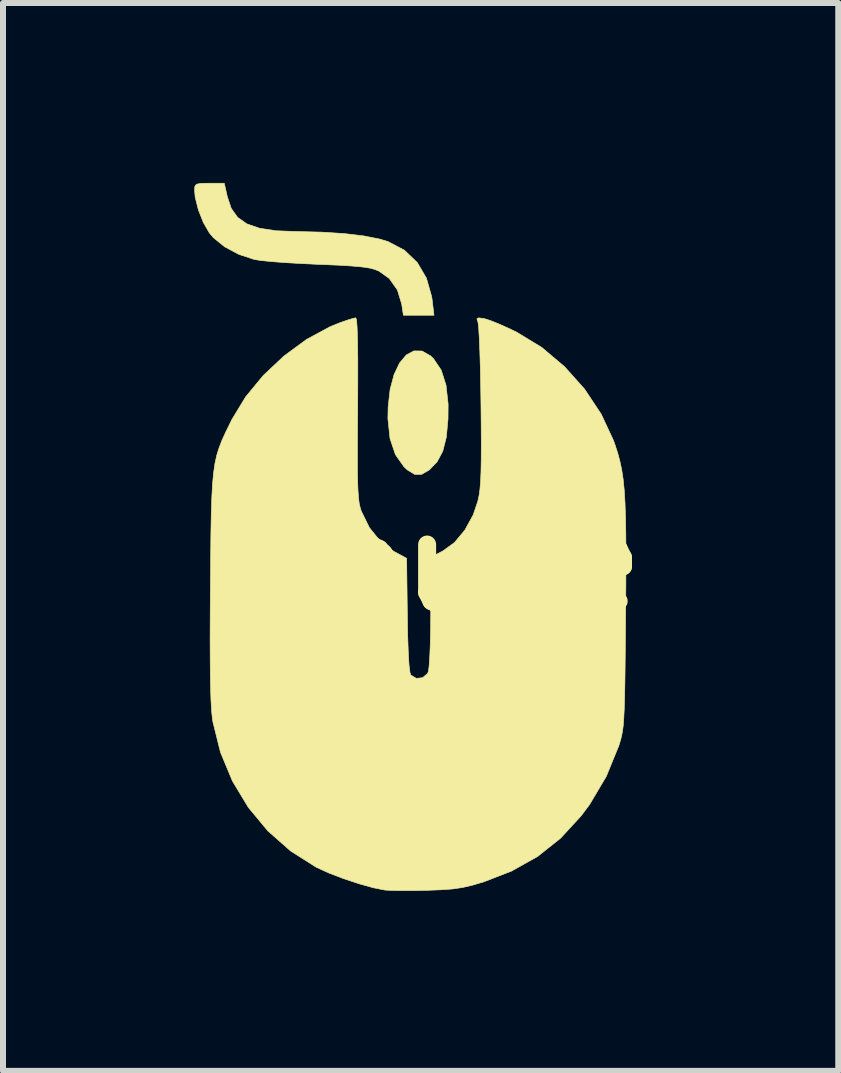
<source format=kicad_pcb>
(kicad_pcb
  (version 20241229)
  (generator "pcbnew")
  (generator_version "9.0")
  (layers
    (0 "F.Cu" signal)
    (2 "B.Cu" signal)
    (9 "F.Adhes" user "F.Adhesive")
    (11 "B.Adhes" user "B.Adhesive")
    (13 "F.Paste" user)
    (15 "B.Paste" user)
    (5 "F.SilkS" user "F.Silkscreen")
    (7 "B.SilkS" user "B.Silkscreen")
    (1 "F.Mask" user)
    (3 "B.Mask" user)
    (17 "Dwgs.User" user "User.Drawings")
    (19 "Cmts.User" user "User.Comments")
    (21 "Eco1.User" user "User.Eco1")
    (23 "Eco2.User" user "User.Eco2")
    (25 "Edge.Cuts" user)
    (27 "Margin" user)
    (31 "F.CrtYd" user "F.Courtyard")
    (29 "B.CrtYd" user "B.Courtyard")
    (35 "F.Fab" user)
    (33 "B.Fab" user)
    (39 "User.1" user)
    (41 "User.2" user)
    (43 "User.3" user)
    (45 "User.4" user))
  (footprint "mouse"
    (layer "F.Cu")
    (at 3.962 6.355)
    (property "Reference" "mouse" (at 0 0 0) (layer "F.SilkS") (effects (font (size 1.524 1.524) (thickness 0.3))))
    (attr through_hole)
    (fp_poly (pts (xy 0.024 -3.553) (xy 0.165 -3.473) (xy 0.216 -3.424) (xy 0.344 -3.234) (xy 0.424 -2.983) (xy 0.459 -2.667) (xy 0.457 -2.418) (xy 0.429 -2.117) (xy 0.37 -1.884) (xy 0.275 -1.705) (xy 0.144 -1.57) (xy 0.017 -1.497) (xy -0.098 -1.496) (xy -0.221 -1.571) (xy -0.276 -1.622) (xy -0.42 -1.826) (xy -0.51 -2.094) (xy -0.545 -2.426) (xy -0.541 -2.621) (xy -0.508 -2.914) (xy -0.442 -3.161) (xy -0.351 -3.353) (xy -0.239 -3.487) (xy -0.112 -3.555) (xy 0.024 -3.553)) (stroke (width 0.01) (type solid)) (fill yes) (layer "F.SilkS"))
    (fp_poly (pts (xy -3.222 -6.124) (xy -3.157 -5.931) (xy -3.051 -5.782) (xy -2.897 -5.673) (xy -2.686 -5.6) (xy -2.411 -5.558) (xy -2.062 -5.545) (xy -2.057 -5.545) (xy -1.648 -5.535) (xy -1.273 -5.511) (xy -0.948 -5.472) (xy -0.684 -5.42) (xy -0.542 -5.377) (xy -0.27 -5.234) (xy -0.056 -5.029) (xy 0.097 -4.769) (xy 0.185 -4.459) (xy 0.195 -4.389) (xy 0.223 -4.149) (xy -0.287 -4.149) (xy -0.315 -4.336) (xy -0.387 -4.571) (xy -0.522 -4.762) (xy -0.694 -4.885) (xy -0.766 -4.914) (xy -0.856 -4.937) (xy -0.979 -4.955) (xy -1.145 -4.97) (xy -1.369 -4.984) (xy -1.663 -4.996) (xy -1.71 -4.998) (xy -1.985 -5.011) (xy -2.246 -5.026) (xy -2.474 -5.043) (xy -2.653 -5.061) (xy -2.766 -5.078) (xy -2.771 -5.079) (xy -3.03 -5.164) (xy -3.266 -5.29) (xy -3.455 -5.443) (xy -3.521 -5.521) (xy -3.623 -5.698) (xy -3.706 -5.91) (xy -3.758 -6.118) (xy -3.768 -6.231) (xy -3.764 -6.297) (xy -3.738 -6.333) (xy -3.67 -6.347) (xy -3.54 -6.35) (xy -3.52 -6.35) (xy -3.273 -6.35) (xy -3.222 -6.124)) (stroke (width 0.01) (type solid)) (fill yes) (layer "F.SilkS"))
    (fp_poly (pts (xy -1.067 -4.064) (xy -1.058 -3.938) (xy -1.051 -3.728) (xy -1.047 -3.435) (xy -1.047 -3.059) (xy -1.049 -2.602) (xy -1.049 -2.596) (xy -1.052 -2.19) (xy -1.053 -1.86) (xy -1.053 -1.596) (xy -1.05 -1.389) (xy -1.044 -1.229) (xy -1.035 -1.108) (xy -1.024 -1.016) (xy -1.008 -0.945) (xy -0.99 -0.887) (xy -0.853 -0.607) (xy -0.667 -0.377) (xy -0.444 -0.211) (xy -0.233 -0.098) (xy -0.221 0.847) (xy -0.215 1.198) (xy -0.205 1.478) (xy -0.193 1.682) (xy -0.177 1.808) (xy -0.163 1.849) (xy -0.072 1.904) (xy 0.032 1.894) (xy 0.114 1.826) (xy 0.128 1.796) (xy 0.14 1.723) (xy 0.151 1.578) (xy 0.16 1.378) (xy 0.166 1.136) (xy 0.169 0.867) (xy 0.169 0.786) (xy 0.169 -0.116) (xy 0.37 -0.219) (xy 0.566 -0.361) (xy 0.739 -0.569) (xy 0.878 -0.823) (xy 0.954 -1.049) (xy 0.974 -1.139) (xy 0.989 -1.244) (xy 1 -1.375) (xy 1.007 -1.541) (xy 1.011 -1.754) (xy 1.012 -2.023) (xy 1.01 -2.359) (xy 1.007 -2.636) (xy 1.002 -2.966) (xy 0.996 -3.27) (xy 0.988 -3.539) (xy 0.979 -3.761) (xy 0.969 -3.926) (xy 0.959 -4.021) (xy 0.955 -4.039) (xy 0.938 -4.091) (xy 0.969 -4.106) (xy 1.062 -4.093) (xy 1.161 -4.062) (xy 1.311 -4.002) (xy 1.489 -3.922) (xy 1.604 -3.866) (xy 2.02 -3.613) (xy 2.4 -3.292) (xy 2.735 -2.917) (xy 3.011 -2.501) (xy 3.217 -2.059) (xy 3.243 -1.985) (xy 3.287 -1.849) (xy 3.323 -1.714) (xy 3.353 -1.572) (xy 3.377 -1.415) (xy 3.395 -1.233) (xy 3.408 -1.018) (xy 3.417 -0.762) (xy 3.422 -0.456) (xy 3.423 -0.091) (xy 3.422 0.342) (xy 3.418 0.847) (xy 3.414 1.297) (xy 3.41 1.67) (xy 3.406 1.976) (xy 3.401 2.223) (xy 3.395 2.419) (xy 3.387 2.574) (xy 3.378 2.694) (xy 3.365 2.79) (xy 3.35 2.87) (xy 3.331 2.941) (xy 3.309 3.014) (xy 3.305 3.027) (xy 3.095 3.54) (xy 2.818 4.007) (xy 2.677 4.196) (xy 2.333 4.57) (xy 1.949 4.875) (xy 1.515 5.118) (xy 1.058 5.295) (xy 0.867 5.352) (xy 0.7 5.391) (xy 0.528 5.416) (xy 0.324 5.43) (xy 0.106 5.438) (xy -0.116 5.443) (xy -0.32 5.443) (xy -0.485 5.44) (xy -0.589 5.434) (xy -0.593 5.434) (xy -0.786 5.396) (xy -1.025 5.329) (xy -1.282 5.244) (xy -1.526 5.151) (xy -1.73 5.058) (xy -1.741 5.053) (xy -2.168 4.782) (xy -2.547 4.447) (xy -2.872 4.056) (xy -3.137 3.616) (xy -3.336 3.138) (xy -3.463 2.628) (xy -3.47 2.582) (xy -3.484 2.453) (xy -3.495 2.26) (xy -3.503 2) (xy -3.507 1.668) (xy -3.509 1.262) (xy -3.507 0.777) (xy -3.504 0.381) (xy -3.5 -0.094) (xy -3.496 -0.494) (xy -3.49 -0.828) (xy -3.481 -1.104) (xy -3.469 -1.332) (xy -3.451 -1.522) (xy -3.428 -1.681) (xy -3.397 -1.82) (xy -3.357 -1.947) (xy -3.308 -2.072) (xy -3.248 -2.203) (xy -3.176 -2.35) (xy -3.145 -2.413) (xy -2.917 -2.788) (xy -2.623 -3.145) (xy -2.279 -3.469) (xy -1.902 -3.746) (xy -1.508 -3.959) (xy -1.35 -4.023) (xy -1.218 -4.069) (xy -1.118 -4.099) (xy -1.08 -4.106) (xy -1.067 -4.064)) (stroke (width 0.01) (type solid)) (fill yes) (layer "F.SilkS")))
  (gr_rect
    (start -3 -3)
    (end 10.925 14.803)
    (stroke (width 0.1) (type default))
    (fill no)
    (layer "Edge.Cuts")))
</source>
